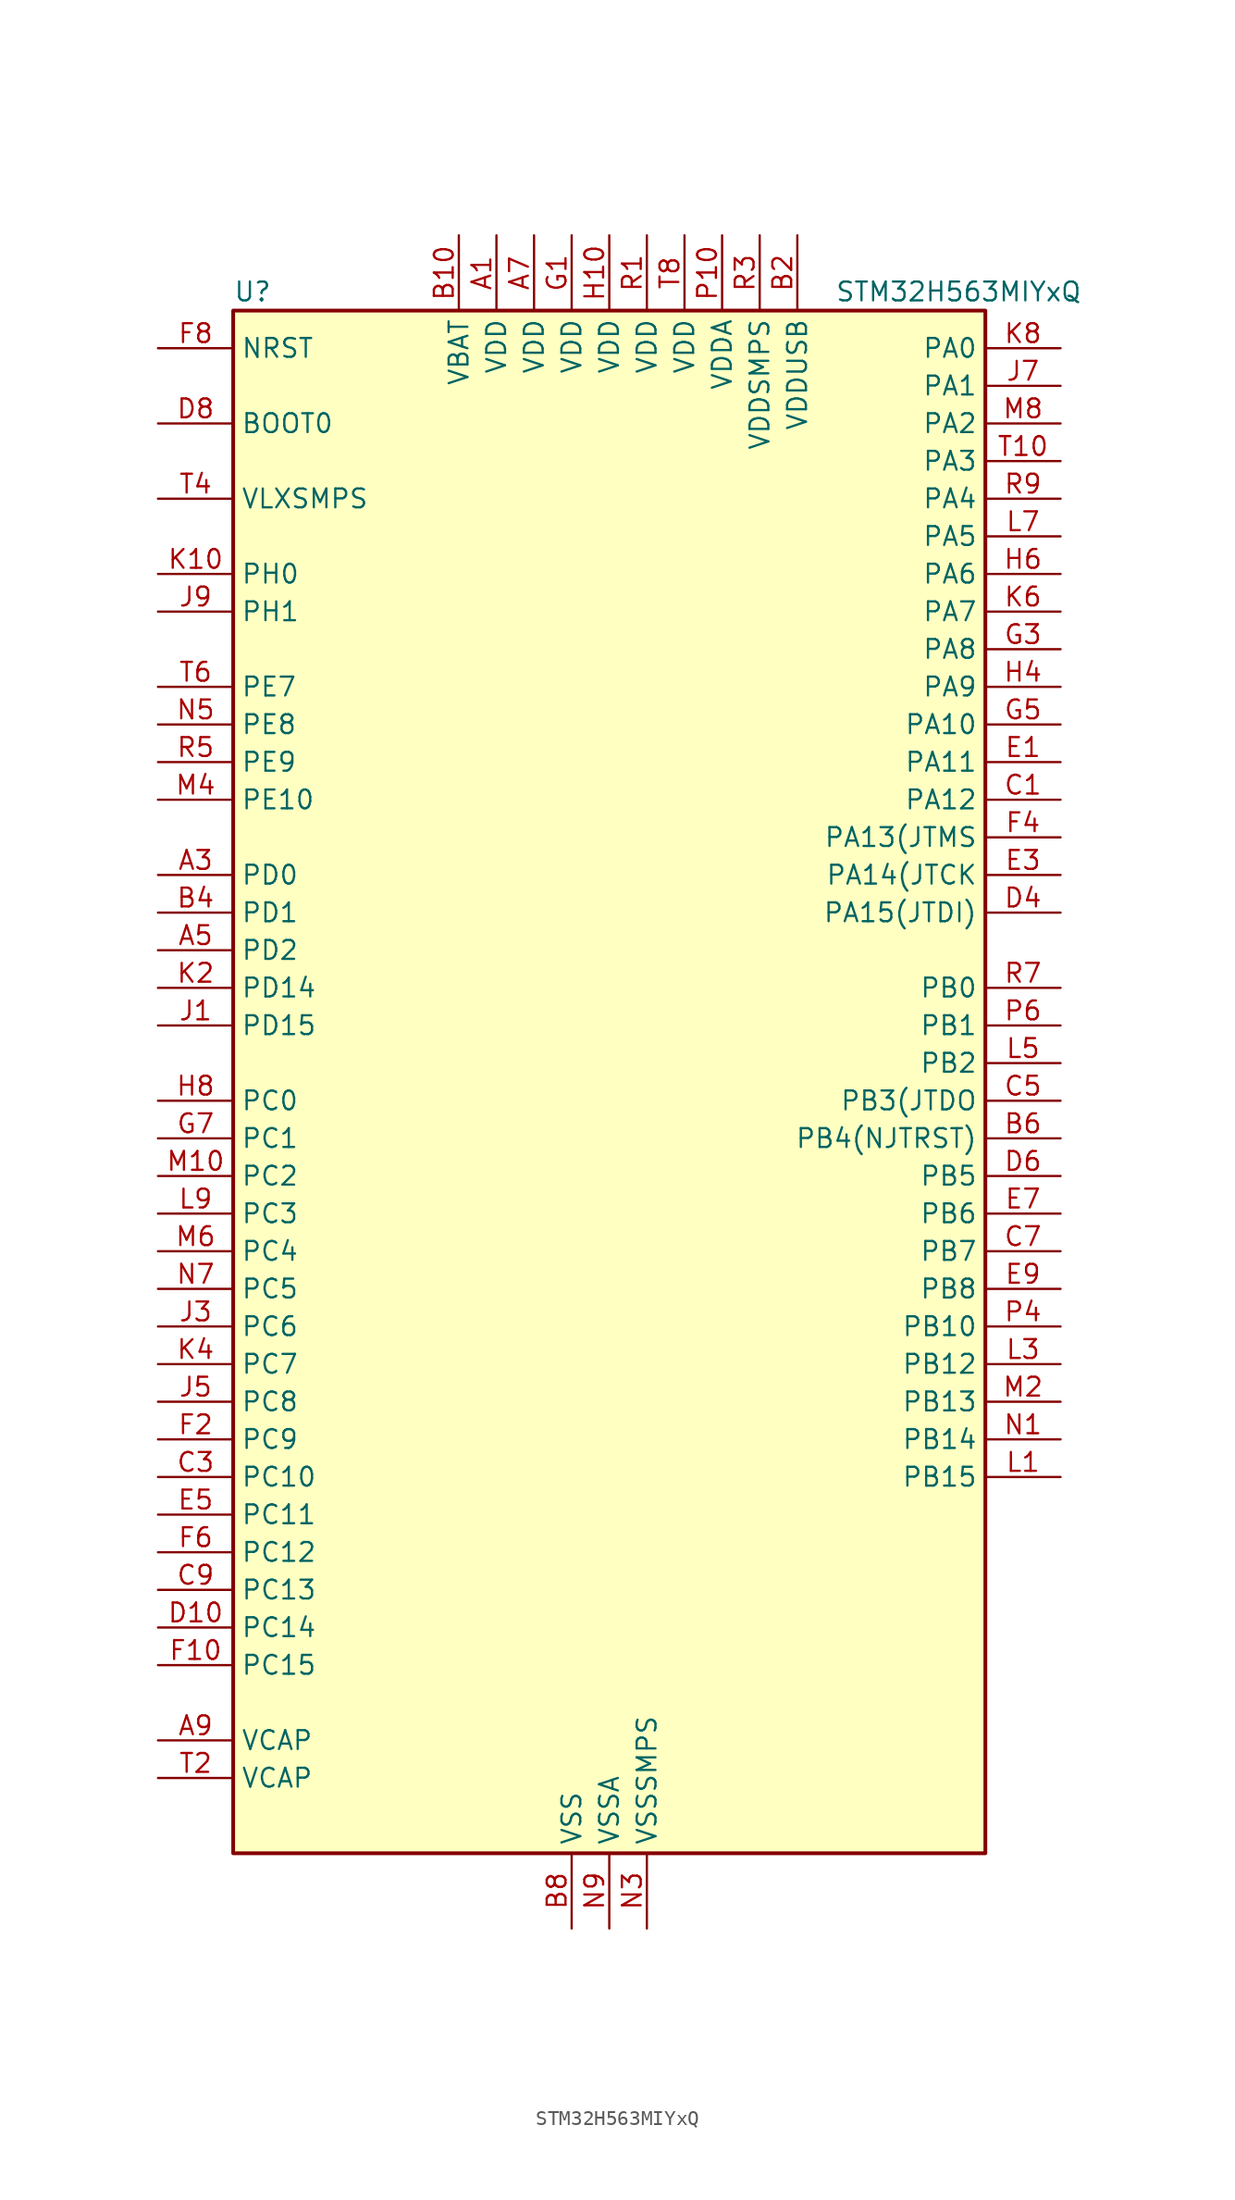
<source format=kicad_sym>
(kicad_symbol_lib
  (version 20231120)
  (generator "kicad_symbol_editor")
  (generator_version "8.0")
  (symbol "STM32H563MIYxQ"
    (property "Reference" "U"
      (at -25.4 54.61 0)
      (effects (font (size 1.27 1.27)) (justify left)))
    (property "Value" "STM32H563MIYxQ"
      (at 15.24 54.61 0)
      (effects (font (size 1.27 1.27)) (justify left)))
    (property "ki_locked" ""
      (at 0 0 0)
      (effects (font (size 1.27 1.27))))
    (symbol "STM32H563MIYxQ_0_1"
      (rectangle (start -25.4 -50.8) (end 25.4 53.34) (stroke (width 0.254) (type default)) (fill (type background))))
    (symbol "STM32H563MIYxQ_1_1"
      (pin power_in line (at -7.62 58.42 270) (length 5.08) (name "VDD" (effects (font (size 1.27 1.27)))) (number "A1" (effects (font (size 1.27 1.27)))))
      (pin bidirectional line (at -30.48 15.24 0) (length 5.08) (name "PD0" (effects (font (size 1.27 1.27)))) (number "A3" (effects (font (size 1.27 1.27)))) (alternate "FDCAN1_RX" bidirectional line) (alternate "FMC_D2" bidirectional line) (alternate "FMC_DA2" bidirectional line) (alternate "TIM8_CH4N" bidirectional line) (alternate "UART4_RX" bidirectional line) (alternate "UART9_CTS" bidirectional line))
      (pin bidirectional line (at -30.48 10.16 0) (length 5.08) (name "PD2" (effects (font (size 1.27 1.27)))) (number "A5" (effects (font (size 1.27 1.27)))) (alternate "DCMI_D11" bidirectional line) (alternate "DEBUG_TRACED2" bidirectional line) (alternate "LPTIM4_ETR" bidirectional line) (alternate "PSSI_D11" bidirectional line) (alternate "PWR_WKUP7" bidirectional line) (alternate "SDMMC1_CMD" bidirectional line) (alternate "TIM15_BKIN" bidirectional line) (alternate "TIM3_ETR" bidirectional line) (alternate "UART5_RX" bidirectional line))
      (pin power_in line (at -5.08 58.42 270) (length 5.08) (name "VDD" (effects (font (size 1.27 1.27)))) (number "A7" (effects (font (size 1.27 1.27)))))
      (pin power_out line (at -30.48 -43.18 0) (length 5.08) (name "VCAP" (effects (font (size 1.27 1.27)))) (number "A9" (effects (font (size 1.27 1.27)))))
      (pin power_in line (at -10.16 58.42 270) (length 5.08) (name "VBAT" (effects (font (size 1.27 1.27)))) (number "B10" (effects (font (size 1.27 1.27)))))
      (pin power_in line (at 12.7 58.42 270) (length 5.08) (name "VDDUSB" (effects (font (size 1.27 1.27)))) (number "B2" (effects (font (size 1.27 1.27)))))
      (pin bidirectional line (at -30.48 12.7 0) (length 5.08) (name "PD1" (effects (font (size 1.27 1.27)))) (number "B4" (effects (font (size 1.27 1.27)))) (alternate "FDCAN1_TX" bidirectional line) (alternate "FMC_D3" bidirectional line) (alternate "FMC_DA3" bidirectional line) (alternate "UART4_TX" bidirectional line))
      (pin bidirectional line (at 30.48 -2.54 180) (length 5.08) (name "PB4(NJTRST)" (effects (font (size 1.27 1.27)))) (number "B6" (effects (font (size 1.27 1.27)))) (alternate "DCMI_D7" bidirectional line) (alternate "DEBUG_JTRST" bidirectional line) (alternate "I2S1_SDI" bidirectional line) (alternate "I2S2_WS" bidirectional line) (alternate "I2S3_SDI" bidirectional line) (alternate "LPTIM1_CH2" bidirectional line) (alternate "OCTOSPI1_CLK" bidirectional line) (alternate "PSSI_D7" bidirectional line) (alternate "SPI1_MISO" bidirectional line) (alternate "SPI2_NSS" bidirectional line) (alternate "SPI3_MISO" bidirectional line) (alternate "SPI6_MISO" bidirectional line) (alternate "TIM16_BKIN" bidirectional line) (alternate "TIM3_CH1" bidirectional line) (alternate "UART7_TX" bidirectional line))
      (pin power_in line (at -2.54 -55.88 90) (length 5.08) (name "VSS" (effects (font (size 1.27 1.27)))) (number "B8" (effects (font (size 1.27 1.27)))))
      (pin bidirectional line (at 30.48 20.32 180) (length 5.08) (name "PA12" (effects (font (size 1.27 1.27)))) (number "C1" (effects (font (size 1.27 1.27)))) (alternate "FDCAN1_TX" bidirectional line) (alternate "I2S2_CK" bidirectional line) (alternate "LPUART1_RTS" bidirectional line) (alternate "SAI2_FS_B" bidirectional line) (alternate "SPI2_SCK" bidirectional line) (alternate "TIM1_ETR" bidirectional line) (alternate "UART4_TX" bidirectional line) (alternate "USART1_RTS" bidirectional line) (alternate "USB_DP" bidirectional line))
      (pin bidirectional line (at -30.48 -25.4 0) (length 5.08) (name "PC10" (effects (font (size 1.27 1.27)))) (number "C3" (effects (font (size 1.27 1.27)))) (alternate "DCMI_D8" bidirectional line) (alternate "ETH_TXD0" bidirectional line) (alternate "I2S3_CK" bidirectional line) (alternate "LPTIM3_ETR" bidirectional line) (alternate "OCTOSPI1_IO1" bidirectional line) (alternate "PSSI_D8" bidirectional line) (alternate "SDMMC1_D2" bidirectional line) (alternate "SPI3_SCK" bidirectional line) (alternate "UART4_TX" bidirectional line) (alternate "USART3_TX" bidirectional line))
      (pin bidirectional line (at 30.48 0 180) (length 5.08) (name "PB3(JTDO" (effects (font (size 1.27 1.27)))) (number "C5" (effects (font (size 1.27 1.27)))) (alternate "CRS_SYNC" bidirectional line) (alternate "DEBUG_JTDO-SWO" bidirectional line) (alternate "I2C2_SDA" bidirectional line) (alternate "I2S1_CK" bidirectional line) (alternate "I2S3_CK" bidirectional line) (alternate "LPTIM6_ETR" bidirectional line) (alternate "SPI1_SCK" bidirectional line) (alternate "SPI3_SCK" bidirectional line) (alternate "SPI6_SCK" bidirectional line) (alternate "TIM2_CH2" bidirectional line) (alternate "UART12_CTS" bidirectional line) (alternate "UART7_RX" bidirectional line))
      (pin bidirectional line (at 30.48 -10.16 180) (length 5.08) (name "PB7" (effects (font (size 1.27 1.27)))) (number "C7" (effects (font (size 1.27 1.27)))) (alternate "DCMI_VSYNC" bidirectional line) (alternate "FDCAN1_TX" bidirectional line) (alternate "FMC_NL" bidirectional line) (alternate "I2C1_SDA" bidirectional line) (alternate "I2C4_SDA" bidirectional line) (alternate "I3C1_SDA" bidirectional line) (alternate "LPUART1_RX" bidirectional line) (alternate "PSSI_RDY" bidirectional line) (alternate "PWR_WKUP5" bidirectional line) (alternate "TIM17_CH1N" bidirectional line) (alternate "TIM4_CH2" bidirectional line) (alternate "USART1_RX" bidirectional line))
      (pin bidirectional line (at -30.48 -33.02 0) (length 5.08) (name "PC13" (effects (font (size 1.27 1.27)))) (number "C9" (effects (font (size 1.27 1.27)))) (alternate "PWR_WKUP4" bidirectional line) (alternate "RTC_OUT1" bidirectional line) (alternate "RTC_TS" bidirectional line) (alternate "TAMP_IN1" bidirectional line) (alternate "TAMP_OUT2" bidirectional line) (alternate "TAMP_OUT3" bidirectional line))
      (pin bidirectional line (at -30.48 -35.56 0) (length 5.08) (name "PC14" (effects (font (size 1.27 1.27)))) (number "D10" (effects (font (size 1.27 1.27)))) (alternate "RCC_OSC32_IN" bidirectional line))
      (pin passive line (at -2.54 -55.88 90) (length 5.08) hide (name "VSS" (effects (font (size 1.27 1.27)))) (number "D2" (effects (font (size 1.27 1.27)))))
      (pin bidirectional line (at 30.48 12.7 180) (length 5.08) (name "PA15(JTDI)" (effects (font (size 1.27 1.27)))) (number "D4" (effects (font (size 1.27 1.27)))) (alternate "ADC1_EXTI15" bidirectional line) (alternate "ADC2_EXTI15" bidirectional line) (alternate "CEC" bidirectional line) (alternate "DCMI_D11" bidirectional line) (alternate "DEBUG_JTDI" bidirectional line) (alternate "FMC_NBL1" bidirectional line) (alternate "I2S1_WS" bidirectional line) (alternate "I2S3_WS" bidirectional line) (alternate "LPTIM3_IN2" bidirectional line) (alternate "PSSI_D11" bidirectional line) (alternate "SPI1_NSS" bidirectional line) (alternate "SPI3_NSS" bidirectional line) (alternate "SPI6_NSS" bidirectional line) (alternate "TIM2_CH1" bidirectional line) (alternate "TIM2_ETR" bidirectional line) (alternate "UART4_DE" bidirectional line) (alternate "UART4_RTS" bidirectional line) (alternate "UART7_TX" bidirectional line))
      (pin bidirectional line (at 30.48 -5.08 180) (length 5.08) (name "PB5" (effects (font (size 1.27 1.27)))) (number "D6" (effects (font (size 1.27 1.27)))) (alternate "DCMI_D10" bidirectional line) (alternate "ETH_PPS_OUT" bidirectional line) (alternate "FDCAN2_RX" bidirectional line) (alternate "FMC_SDCKE1" bidirectional line) (alternate "I2C1_SMBA" bidirectional line) (alternate "I2C4_SMBA" bidirectional line) (alternate "I2S1_SDO" bidirectional line) (alternate "I2S3_SDO" bidirectional line) (alternate "OCTOSPI1_NCLK" bidirectional line) (alternate "PSSI_D10" bidirectional line) (alternate "SPI1_MOSI" bidirectional line) (alternate "SPI3_MOSI" bidirectional line) (alternate "SPI6_MOSI" bidirectional line) (alternate "TIM17_BKIN" bidirectional line) (alternate "TIM3_CH2" bidirectional line) (alternate "UART5_RX" bidirectional line))
      (pin input line (at -30.48 45.72 0) (length 5.08) (name "BOOT0" (effects (font (size 1.27 1.27)))) (number "D8" (effects (font (size 1.27 1.27)))))
      (pin bidirectional line (at 30.48 22.86 180) (length 5.08) (name "PA11" (effects (font (size 1.27 1.27)))) (number "E1" (effects (font (size 1.27 1.27)))) (alternate "ADC1_EXTI11" bidirectional line) (alternate "ADC2_EXTI11" bidirectional line) (alternate "FDCAN1_RX" bidirectional line) (alternate "I2S2_WS" bidirectional line) (alternate "LPUART1_CTS" bidirectional line) (alternate "SPI2_NSS" bidirectional line) (alternate "TIM1_CH4" bidirectional line) (alternate "UART4_RX" bidirectional line) (alternate "USART1_CTS" bidirectional line) (alternate "USART1_NSS" bidirectional line) (alternate "USB_DM" bidirectional line))
      (pin bidirectional line (at 30.48 15.24 180) (length 5.08) (name "PA14(JTCK" (effects (font (size 1.27 1.27)))) (number "E3" (effects (font (size 1.27 1.27)))) (alternate "DEBUG_JTCK-SWCLK" bidirectional line))
      (pin bidirectional line (at -30.48 -27.94 0) (length 5.08) (name "PC11" (effects (font (size 1.27 1.27)))) (number "E5" (effects (font (size 1.27 1.27)))) (alternate "ADC1_EXTI11" bidirectional line) (alternate "ADC2_EXTI11" bidirectional line) (alternate "DCMI_D4" bidirectional line) (alternate "I2S3_SDI" bidirectional line) (alternate "LPTIM3_IN1" bidirectional line) (alternate "OCTOSPI1_NCS" bidirectional line) (alternate "PSSI_D4" bidirectional line) (alternate "SDMMC1_D3" bidirectional line) (alternate "SPI3_MISO" bidirectional line) (alternate "UART4_RX" bidirectional line) (alternate "USART3_RX" bidirectional line))
      (pin bidirectional line (at 30.48 -7.62 180) (length 5.08) (name "PB6" (effects (font (size 1.27 1.27)))) (number "E7" (effects (font (size 1.27 1.27)))) (alternate "CEC" bidirectional line) (alternate "DCMI_D5" bidirectional line) (alternate "FDCAN2_TX" bidirectional line) (alternate "FMC_SDNE1" bidirectional line) (alternate "I2C1_SCL" bidirectional line) (alternate "I2C4_SCL" bidirectional line) (alternate "I3C1_SCL" bidirectional line) (alternate "LPUART1_TX" bidirectional line) (alternate "OCTOSPI1_NCS" bidirectional line) (alternate "PSSI_D5" bidirectional line) (alternate "TIM16_CH1N" bidirectional line) (alternate "TIM4_CH1" bidirectional line) (alternate "UART5_TX" bidirectional line) (alternate "USART1_TX" bidirectional line))
      (pin bidirectional line (at 30.48 -12.7 180) (length 5.08) (name "PB8" (effects (font (size 1.27 1.27)))) (number "E9" (effects (font (size 1.27 1.27)))) (alternate "DCMI_D6" bidirectional line) (alternate "ETH_TXD3" bidirectional line) (alternate "FDCAN1_RX" bidirectional line) (alternate "I2C1_SCL" bidirectional line) (alternate "I2C4_SCL" bidirectional line) (alternate "I3C1_SCL" bidirectional line) (alternate "PSSI_D6" bidirectional line) (alternate "SDMMC1_CKIN" bidirectional line) (alternate "SDMMC1_D4" bidirectional line) (alternate "TIM16_CH1" bidirectional line) (alternate "TIM4_CH3" bidirectional line) (alternate "UART4_RX" bidirectional line))
      (pin bidirectional line (at -30.48 -38.1 0) (length 5.08) (name "PC15" (effects (font (size 1.27 1.27)))) (number "F10" (effects (font (size 1.27 1.27)))) (alternate "ADC1_EXTI15" bidirectional line) (alternate "ADC2_EXTI15" bidirectional line) (alternate "RCC_OSC32_OUT" bidirectional line))
      (pin bidirectional line (at -30.48 -22.86 0) (length 5.08) (name "PC9" (effects (font (size 1.27 1.27)))) (number "F2" (effects (font (size 1.27 1.27)))) (alternate "AUDIOCLK" bidirectional line) (alternate "DAC1_EXTI9" bidirectional line) (alternate "DCMI_D3" bidirectional line) (alternate "FMC_CLE" bidirectional line) (alternate "I2C3_SDA" bidirectional line) (alternate "OCTOSPI1_IO0" bidirectional line) (alternate "PSSI_D3" bidirectional line) (alternate "RCC_MCO_2" bidirectional line) (alternate "SDMMC1_D1" bidirectional line) (alternate "TIM3_CH4" bidirectional line) (alternate "TIM8_CH4" bidirectional line) (alternate "UART5_CTS" bidirectional line) (alternate "UCPD1_DB2" bidirectional line))
      (pin bidirectional line (at 30.48 17.78 180) (length 5.08) (name "PA13(JTMS" (effects (font (size 1.27 1.27)))) (number "F4" (effects (font (size 1.27 1.27)))) (alternate "DEBUG_JTMS-SWDIO" bidirectional line))
      (pin bidirectional line (at -30.48 -30.48 0) (length 5.08) (name "PC12" (effects (font (size 1.27 1.27)))) (number "F6" (effects (font (size 1.27 1.27)))) (alternate "DCMI_D9" bidirectional line) (alternate "DEBUG_TRACED3" bidirectional line) (alternate "I2S3_SDO" bidirectional line) (alternate "PSSI_D9" bidirectional line) (alternate "SDMMC1_CK" bidirectional line) (alternate "SPI3_MOSI" bidirectional line) (alternate "SPI6_SCK" bidirectional line) (alternate "TIM15_CH1" bidirectional line) (alternate "UART5_TX" bidirectional line) (alternate "USART3_CK" bidirectional line))
      (pin input line (at -30.48 50.8 0) (length 5.08) (name "NRST" (effects (font (size 1.27 1.27)))) (number "F8" (effects (font (size 1.27 1.27)))))
      (pin power_in line (at -2.54 58.42 270) (length 5.08) (name "VDD" (effects (font (size 1.27 1.27)))) (number "G1" (effects (font (size 1.27 1.27)))))
      (pin bidirectional line (at 30.48 30.48 180) (length 5.08) (name "PA8" (effects (font (size 1.27 1.27)))) (number "G3" (effects (font (size 1.27 1.27)))) (alternate "DCMI_D3" bidirectional line) (alternate "FMC_NOE" bidirectional line) (alternate "I2C3_SCL" bidirectional line) (alternate "PSSI_D3" bidirectional line) (alternate "RCC_MCO_1" bidirectional line) (alternate "SPI1_RDY" bidirectional line) (alternate "TIM1_CH1" bidirectional line) (alternate "TIM8_BKIN2" bidirectional line) (alternate "UART7_RX" bidirectional line) (alternate "USART1_CK" bidirectional line) (alternate "USB_SOF" bidirectional line))
      (pin bidirectional line (at 30.48 25.4 180) (length 5.08) (name "PA10" (effects (font (size 1.27 1.27)))) (number "G5" (effects (font (size 1.27 1.27)))) (alternate "DCMI_D1" bidirectional line) (alternate "FDCAN2_TX" bidirectional line) (alternate "LPTIM2_IN2" bidirectional line) (alternate "LPUART1_RX" bidirectional line) (alternate "PSSI_D1" bidirectional line) (alternate "SDMMC1_D0" bidirectional line) (alternate "TIM1_CH3" bidirectional line) (alternate "UCPD1_FRSTX" bidirectional line) (alternate "USART1_RX" bidirectional line))
      (pin bidirectional line (at -30.48 -2.54 0) (length 5.08) (name "PC1" (effects (font (size 1.27 1.27)))) (number "G7" (effects (font (size 1.27 1.27)))) (alternate "ADC1_INN10" bidirectional line) (alternate "ADC1_INP11" bidirectional line) (alternate "ADC2_INN10" bidirectional line) (alternate "ADC2_INP11" bidirectional line) (alternate "DEBUG_TRACED0" bidirectional line) (alternate "ETH_MDC" bidirectional line) (alternate "I2S2_SDO" bidirectional line) (alternate "OCTOSPI1_IO4" bidirectional line) (alternate "PWR_WKUP6" bidirectional line) (alternate "SAI1_D1" bidirectional line) (alternate "SAI1_SD_A" bidirectional line) (alternate "SAI2_SD_A" bidirectional line) (alternate "SPI2_MOSI" bidirectional line) (alternate "TAMP_IN3" bidirectional line) (alternate "TAMP_OUT5" bidirectional line) (alternate "USART11_RTS" bidirectional line))
      (pin passive line (at -2.54 -55.88 90) (length 5.08) hide (name "VSS" (effects (font (size 1.27 1.27)))) (number "G9" (effects (font (size 1.27 1.27)))))
      (pin power_in line (at 0 58.42 270) (length 5.08) (name "VDD" (effects (font (size 1.27 1.27)))) (number "H10" (effects (font (size 1.27 1.27)))))
      (pin passive line (at -2.54 -55.88 90) (length 5.08) hide (name "VSS" (effects (font (size 1.27 1.27)))) (number "H2" (effects (font (size 1.27 1.27)))))
      (pin bidirectional line (at 30.48 27.94 180) (length 5.08) (name "PA9" (effects (font (size 1.27 1.27)))) (number "H4" (effects (font (size 1.27 1.27)))) (alternate "DAC1_EXTI9" bidirectional line) (alternate "DCMI_D0" bidirectional line) (alternate "ETH_TX_ER" bidirectional line) (alternate "FMC_NWE" bidirectional line) (alternate "I2C3_SMBA" bidirectional line) (alternate "I2S2_CK" bidirectional line) (alternate "LPUART1_TX" bidirectional line) (alternate "PSSI_D0" bidirectional line) (alternate "SPI2_SCK" bidirectional line) (alternate "TIM1_CH2" bidirectional line) (alternate "UCPD1_DB1" bidirectional line) (alternate "USART1_TX" bidirectional line))
      (pin bidirectional line (at 30.48 35.56 180) (length 5.08) (name "PA6" (effects (font (size 1.27 1.27)))) (number "H6" (effects (font (size 1.27 1.27)))) (alternate "ADC1_INP3" bidirectional line) (alternate "ADC2_INP3" bidirectional line) (alternate "DCMI_PIXCLK" bidirectional line) (alternate "I2S1_SDI" bidirectional line) (alternate "OCTOSPI1_IO3" bidirectional line) (alternate "PSSI_PDCK" bidirectional line) (alternate "SPI1_MISO" bidirectional line) (alternate "SPI6_MISO" bidirectional line) (alternate "TIM13_CH1" bidirectional line) (alternate "TIM1_BKIN" bidirectional line) (alternate "TIM3_CH1" bidirectional line) (alternate "TIM8_BKIN" bidirectional line) (alternate "USART11_TX" bidirectional line))
      (pin bidirectional line (at -30.48 0 0) (length 5.08) (name "PC0" (effects (font (size 1.27 1.27)))) (number "H8" (effects (font (size 1.27 1.27)))) (alternate "ADC1_INP10" bidirectional line) (alternate "ADC2_INP10" bidirectional line) (alternate "FMC_A25" bidirectional line) (alternate "FMC_SDNWE" bidirectional line) (alternate "OCTOSPI1_IO7" bidirectional line) (alternate "SAI1_MCLK_A" bidirectional line) (alternate "SAI2_FS_B" bidirectional line) (alternate "SPI2_RDY" bidirectional line) (alternate "TIM16_BKIN" bidirectional line))
      (pin bidirectional line (at -30.48 5.08 0) (length 5.08) (name "PD15" (effects (font (size 1.27 1.27)))) (number "J1" (effects (font (size 1.27 1.27)))) (alternate "ADC1_EXTI15" bidirectional line) (alternate "ADC2_EXTI15" bidirectional line) (alternate "FMC_D1" bidirectional line) (alternate "FMC_DA1" bidirectional line) (alternate "TIM4_CH4" bidirectional line) (alternate "UART9_TX" bidirectional line))
      (pin bidirectional line (at -30.48 -15.24 0) (length 5.08) (name "PC6" (effects (font (size 1.27 1.27)))) (number "J3" (effects (font (size 1.27 1.27)))) (alternate "DCMI_D0" bidirectional line) (alternate "FMC_NWAIT" bidirectional line) (alternate "I2S2_MCK" bidirectional line) (alternate "OCTOSPI1_IO5" bidirectional line) (alternate "PSSI_D0" bidirectional line) (alternate "SAI1_SCK_A" bidirectional line) (alternate "SDMMC1_D0DIR" bidirectional line) (alternate "SDMMC1_D6" bidirectional line) (alternate "TIM3_CH1" bidirectional line) (alternate "TIM8_CH1" bidirectional line) (alternate "USART6_TX" bidirectional line))
      (pin bidirectional line (at -30.48 -20.32 0) (length 5.08) (name "PC8" (effects (font (size 1.27 1.27)))) (number "J5" (effects (font (size 1.27 1.27)))) (alternate "DCMI_D2" bidirectional line) (alternate "DEBUG_TRACED1" bidirectional line) (alternate "FMC_ALE" bidirectional line) (alternate "FMC_INT" bidirectional line) (alternate "FMC_NCE" bidirectional line) (alternate "FMC_NE2" bidirectional line) (alternate "PSSI_D2" bidirectional line) (alternate "SDMMC1_D0" bidirectional line) (alternate "TIM3_CH3" bidirectional line) (alternate "TIM8_CH3" bidirectional line) (alternate "UART5_DE" bidirectional line) (alternate "UART5_RTS" bidirectional line) (alternate "USART6_CK" bidirectional line))
      (pin bidirectional line (at 30.48 48.26 180) (length 5.08) (name "PA1" (effects (font (size 1.27 1.27)))) (number "J7" (effects (font (size 1.27 1.27)))) (alternate "ADC1_INP1" bidirectional line) (alternate "ADC2_INP1" bidirectional line) (alternate "ETH_REF_CLK" bidirectional line) (alternate "ETH_RX_CLK" bidirectional line) (alternate "LPTIM1_IN1" bidirectional line) (alternate "OCTOSPI1_DQS" bidirectional line) (alternate "OCTOSPI1_IO3" bidirectional line) (alternate "SAI2_MCLK_B" bidirectional line) (alternate "TAMP_IN5" bidirectional line) (alternate "TAMP_OUT4" bidirectional line) (alternate "TIM15_CH1N" bidirectional line) (alternate "TIM2_CH2" bidirectional line) (alternate "TIM5_CH2" bidirectional line) (alternate "UART4_RX" bidirectional line) (alternate "USART2_RTS" bidirectional line))
      (pin bidirectional line (at -30.48 33.02 0) (length 5.08) (name "PH1" (effects (font (size 1.27 1.27)))) (number "J9" (effects (font (size 1.27 1.27)))) (alternate "RCC_OSC_OUT" bidirectional line))
      (pin bidirectional line (at -30.48 35.56 0) (length 5.08) (name "PH0" (effects (font (size 1.27 1.27)))) (number "K10" (effects (font (size 1.27 1.27)))) (alternate "RCC_OSC_IN" bidirectional line))
      (pin bidirectional line (at -30.48 7.62 0) (length 5.08) (name "PD14" (effects (font (size 1.27 1.27)))) (number "K2" (effects (font (size 1.27 1.27)))) (alternate "FMC_D0" bidirectional line) (alternate "FMC_DA0" bidirectional line) (alternate "TIM4_CH3" bidirectional line) (alternate "UART9_RX" bidirectional line))
      (pin bidirectional line (at -30.48 -17.78 0) (length 5.08) (name "PC7" (effects (font (size 1.27 1.27)))) (number "K4" (effects (font (size 1.27 1.27)))) (alternate "DCMI_D1" bidirectional line) (alternate "DEBUG_TRGIO" bidirectional line) (alternate "FMC_NE1" bidirectional line) (alternate "I2S3_MCK" bidirectional line) (alternate "OCTOSPI1_IO6" bidirectional line) (alternate "PSSI_D1" bidirectional line) (alternate "SDMMC1_D123DIR" bidirectional line) (alternate "SDMMC1_D7" bidirectional line) (alternate "TIM3_CH2" bidirectional line) (alternate "TIM8_CH2" bidirectional line) (alternate "USART6_RX" bidirectional line))
      (pin bidirectional line (at 30.48 33.02 180) (length 5.08) (name "PA7" (effects (font (size 1.27 1.27)))) (number "K6" (effects (font (size 1.27 1.27)))) (alternate "ADC1_INN3" bidirectional line) (alternate "ADC1_INP7" bidirectional line) (alternate "ADC2_INN3" bidirectional line) (alternate "ADC2_INP7" bidirectional line) (alternate "ETH_CRS_DV" bidirectional line) (alternate "ETH_RX_DV" bidirectional line) (alternate "FMC_NWE" bidirectional line) (alternate "FMC_SDNWE" bidirectional line) (alternate "I2S1_SDO" bidirectional line) (alternate "OCTOSPI1_IO2" bidirectional line) (alternate "SPI1_MOSI" bidirectional line) (alternate "SPI6_MOSI" bidirectional line) (alternate "TIM14_CH1" bidirectional line) (alternate "TIM1_CH1N" bidirectional line) (alternate "TIM3_CH2" bidirectional line) (alternate "TIM8_CH1N" bidirectional line) (alternate "USART11_RX" bidirectional line))
      (pin bidirectional line (at 30.48 50.8 180) (length 5.08) (name "PA0" (effects (font (size 1.27 1.27)))) (number "K8" (effects (font (size 1.27 1.27)))) (alternate "ADC1_INN1" bidirectional line) (alternate "ADC1_INP0" bidirectional line) (alternate "ADC2_INN1" bidirectional line) (alternate "ADC2_INP0" bidirectional line) (alternate "ETH_CRS" bidirectional line) (alternate "PWR_WKUP1" bidirectional line) (alternate "SAI2_SD_B" bidirectional line) (alternate "SPI3_RDY" bidirectional line) (alternate "SPI6_NSS" bidirectional line) (alternate "TAMP_IN2" bidirectional line) (alternate "TAMP_OUT1" bidirectional line) (alternate "TIM15_BKIN" bidirectional line) (alternate "TIM2_CH1" bidirectional line) (alternate "TIM2_ETR" bidirectional line) (alternate "TIM5_CH1" bidirectional line) (alternate "TIM8_ETR" bidirectional line) (alternate "UART4_TX" bidirectional line) (alternate "USART2_CTS" bidirectional line) (alternate "USART2_NSS" bidirectional line))
      (pin bidirectional line (at 30.48 -25.4 180) (length 5.08) (name "PB15" (effects (font (size 1.27 1.27)))) (number "L1" (effects (font (size 1.27 1.27)))) (alternate "ADC1_EXTI15" bidirectional line) (alternate "ADC2_EXTI15" bidirectional line) (alternate "DCMI_D2" bidirectional line) (alternate "ETH_TXD1" bidirectional line) (alternate "I2S2_SDO" bidirectional line) (alternate "OCTOSPI1_CLK" bidirectional line) (alternate "PSSI_D2" bidirectional line) (alternate "PWR_PVD_IN" bidirectional line) (alternate "RTC_REFIN" bidirectional line) (alternate "SPI2_MOSI" bidirectional line) (alternate "TIM12_CH2" bidirectional line) (alternate "TIM1_CH3N" bidirectional line) (alternate "TIM8_CH3N" bidirectional line) (alternate "UART4_CTS" bidirectional line) (alternate "UART5_RX" bidirectional line) (alternate "USART11_CTS" bidirectional line) (alternate "USART11_NSS" bidirectional line) (alternate "USART1_RX" bidirectional line))
      (pin bidirectional line (at 30.48 -17.78 180) (length 5.08) (name "PB12" (effects (font (size 1.27 1.27)))) (number "L3" (effects (font (size 1.27 1.27)))) (alternate "ETH_TXD0" bidirectional line) (alternate "FDCAN2_RX" bidirectional line) (alternate "I2C2_SDA" bidirectional line) (alternate "I2S2_WS" bidirectional line) (alternate "OCTOSPI1_NCLK" bidirectional line) (alternate "SPI2_NSS" bidirectional line) (alternate "TIM1_BKIN" bidirectional line) (alternate "UART5_RX" bidirectional line) (alternate "UCPD1_FRSTX" bidirectional line) (alternate "USART3_CK" bidirectional line))
      (pin bidirectional line (at 30.48 2.54 180) (length 5.08) (name "PB2" (effects (font (size 1.27 1.27)))) (number "L5" (effects (font (size 1.27 1.27)))) (alternate "I2S3_SDO" bidirectional line) (alternate "LPTIM1_CH1" bidirectional line) (alternate "LPTIM5_ETR" bidirectional line) (alternate "OCTOSPI1_CLK" bidirectional line) (alternate "OCTOSPI1_DQS" bidirectional line) (alternate "RCC_LSCO" bidirectional line) (alternate "RTC_OUT2" bidirectional line) (alternate "SAI1_D1" bidirectional line) (alternate "SAI1_SD_A" bidirectional line) (alternate "SDMMC1_CMD" bidirectional line) (alternate "SPI1_RDY" bidirectional line) (alternate "SPI3_MOSI" bidirectional line) (alternate "TIM8_CH4N" bidirectional line))
      (pin bidirectional line (at 30.48 38.1 180) (length 5.08) (name "PA5" (effects (font (size 1.27 1.27)))) (number "L7" (effects (font (size 1.27 1.27)))) (alternate "ADC1_INN18" bidirectional line) (alternate "ADC1_INP19" bidirectional line) (alternate "ADC2_INN18" bidirectional line) (alternate "ADC2_INP19" bidirectional line) (alternate "DAC1_OUT2" bidirectional line) (alternate "ETH_TX_EN" bidirectional line) (alternate "I2S1_CK" bidirectional line) (alternate "PSSI_D14" bidirectional line) (alternate "SPI1_SCK" bidirectional line) (alternate "SPI6_SCK" bidirectional line) (alternate "TIM2_CH1" bidirectional line) (alternate "TIM2_ETR" bidirectional line) (alternate "TIM8_CH1N" bidirectional line))
      (pin bidirectional line (at -30.48 -7.62 0) (length 5.08) (name "PC3" (effects (font (size 1.27 1.27)))) (number "L9" (effects (font (size 1.27 1.27)))) (alternate "ADC1_INN12" bidirectional line) (alternate "ADC1_INP13" bidirectional line) (alternate "ADC2_INN12" bidirectional line) (alternate "ADC2_INP13" bidirectional line) (alternate "ETH_TX_CLK" bidirectional line) (alternate "FMC_SDCKE0" bidirectional line) (alternate "I2S2_SDO" bidirectional line) (alternate "LPTIM3_CH1" bidirectional line) (alternate "OCTOSPI1_IO0" bidirectional line) (alternate "OCTOSPI1_IO6" bidirectional line) (alternate "PWR_CSTOP" bidirectional line) (alternate "SAI1_D3" bidirectional line) (alternate "SPI2_MOSI" bidirectional line))
      (pin bidirectional line (at -30.48 -5.08 0) (length 5.08) (name "PC2" (effects (font (size 1.27 1.27)))) (number "M10" (effects (font (size 1.27 1.27)))) (alternate "ADC1_INN11" bidirectional line) (alternate "ADC1_INP12" bidirectional line) (alternate "ADC2_INN11" bidirectional line) (alternate "ADC2_INP12" bidirectional line) (alternate "ETH_TXD2" bidirectional line) (alternate "FMC_SDNE0" bidirectional line) (alternate "I2S2_SDI" bidirectional line) (alternate "OCTOSPI1_IO2" bidirectional line) (alternate "OCTOSPI1_IO5" bidirectional line) (alternate "PWR_CSLEEP" bidirectional line) (alternate "SPI2_MISO" bidirectional line) (alternate "TIM17_CH1" bidirectional line) (alternate "TIM4_CH4" bidirectional line))
      (pin bidirectional line (at 30.48 -20.32 180) (length 5.08) (name "PB13" (effects (font (size 1.27 1.27)))) (number "M2" (effects (font (size 1.27 1.27)))) (alternate "FDCAN2_TX" bidirectional line) (alternate "I2C2_SMBA" bidirectional line) (alternate "I2S2_CK" bidirectional line) (alternate "LPTIM2_CH1" bidirectional line) (alternate "LPTIM3_IN1" bidirectional line) (alternate "SDMMC1_D0" bidirectional line) (alternate "SPI2_SCK" bidirectional line) (alternate "TIM1_CH1N" bidirectional line) (alternate "UART5_TX" bidirectional line) (alternate "UCPD1_CC1" bidirectional line) (alternate "USART3_CTS" bidirectional line) (alternate "USART3_NSS" bidirectional line))
      (pin bidirectional line (at -30.48 20.32 0) (length 5.08) (name "PE10" (effects (font (size 1.27 1.27)))) (number "M4" (effects (font (size 1.27 1.27)))) (alternate "FMC_D7" bidirectional line) (alternate "FMC_DA7" bidirectional line) (alternate "OCTOSPI1_IO7" bidirectional line) (alternate "TIM1_CH2N" bidirectional line) (alternate "UART12_TX" bidirectional line) (alternate "UART7_CTS" bidirectional line))
      (pin bidirectional line (at -30.48 -10.16 0) (length 5.08) (name "PC4" (effects (font (size 1.27 1.27)))) (number "M6" (effects (font (size 1.27 1.27)))) (alternate "ADC1_INP4" bidirectional line) (alternate "ADC2_INP4" bidirectional line) (alternate "ETH_RXD0" bidirectional line) (alternate "FMC_SDNE0" bidirectional line) (alternate "I2S1_MCK" bidirectional line) (alternate "LPTIM2_ETR" bidirectional line) (alternate "SAI1_CK1" bidirectional line) (alternate "TIM2_CH4" bidirectional line) (alternate "USART3_RX" bidirectional line))
      (pin bidirectional line (at 30.48 45.72 180) (length 5.08) (name "PA2" (effects (font (size 1.27 1.27)))) (number "M8" (effects (font (size 1.27 1.27)))) (alternate "ADC1_INP14" bidirectional line) (alternate "ADC2_INP14" bidirectional line) (alternate "ETH_MDIO" bidirectional line) (alternate "LPTIM1_IN2" bidirectional line) (alternate "PWR_WKUP2" bidirectional line) (alternate "SAI2_SCK_B" bidirectional line) (alternate "TAMP_IN4" bidirectional line) (alternate "TAMP_OUT3" bidirectional line) (alternate "TIM15_CH1" bidirectional line) (alternate "TIM2_CH3" bidirectional line) (alternate "TIM5_CH3" bidirectional line) (alternate "USART2_TX" bidirectional line))
      (pin bidirectional line (at 30.48 -22.86 180) (length 5.08) (name "PB14" (effects (font (size 1.27 1.27)))) (number "N1" (effects (font (size 1.27 1.27)))) (alternate "I2S2_SDI" bidirectional line) (alternate "LPTIM3_ETR" bidirectional line) (alternate "SPI2_MISO" bidirectional line) (alternate "TIM12_CH1" bidirectional line) (alternate "TIM1_CH2N" bidirectional line) (alternate "TIM8_CH2N" bidirectional line) (alternate "UART4_DE" bidirectional line) (alternate "UART4_RTS" bidirectional line) (alternate "UCPD1_CC2" bidirectional line) (alternate "USART1_TX" bidirectional line) (alternate "USART3_RTS" bidirectional line))
      (pin power_in line (at 2.54 -55.88 90) (length 5.08) (name "VSSSMPS" (effects (font (size 1.27 1.27)))) (number "N3" (effects (font (size 1.27 1.27)))))
      (pin bidirectional line (at -30.48 25.4 0) (length 5.08) (name "PE8" (effects (font (size 1.27 1.27)))) (number "N5" (effects (font (size 1.27 1.27)))) (alternate "FMC_D5" bidirectional line) (alternate "FMC_DA5" bidirectional line) (alternate "OCTOSPI1_IO5" bidirectional line) (alternate "TIM1_CH1N" bidirectional line) (alternate "UART12_CTS" bidirectional line) (alternate "UART7_TX" bidirectional line))
      (pin bidirectional line (at -30.48 -12.7 0) (length 5.08) (name "PC5" (effects (font (size 1.27 1.27)))) (number "N7" (effects (font (size 1.27 1.27)))) (alternate "ADC1_INN4" bidirectional line) (alternate "ADC1_INP8" bidirectional line) (alternate "ADC2_INN4" bidirectional line) (alternate "ADC2_INP8" bidirectional line) (alternate "ETH_RXD1" bidirectional line) (alternate "FMC_SDCKE0" bidirectional line) (alternate "OCTOSPI1_DQS" bidirectional line) (alternate "PSSI_D15" bidirectional line) (alternate "SAI1_D3" bidirectional line) (alternate "SAI1_FS_A" bidirectional line) (alternate "TIM1_CH4N" bidirectional line) (alternate "UART12_RTS" bidirectional line))
      (pin power_in line (at 0 -55.88 90) (length 5.08) (name "VSSA" (effects (font (size 1.27 1.27)))) (number "N9" (effects (font (size 1.27 1.27)))))
      (pin power_in line (at 7.62 58.42 270) (length 5.08) (name "VDDA" (effects (font (size 1.27 1.27)))) (number "P10" (effects (font (size 1.27 1.27)))))
      (pin passive line (at -2.54 -55.88 90) (length 5.08) hide (name "VSS" (effects (font (size 1.27 1.27)))) (number "P2" (effects (font (size 1.27 1.27)))))
      (pin bidirectional line (at 30.48 -15.24 180) (length 5.08) (name "PB10" (effects (font (size 1.27 1.27)))) (number "P4" (effects (font (size 1.27 1.27)))) (alternate "ETH_RX_ER" bidirectional line) (alternate "I2C2_SCL" bidirectional line) (alternate "I2S2_CK" bidirectional line) (alternate "LPTIM2_IN1" bidirectional line) (alternate "LPTIM3_CH1" bidirectional line) (alternate "OCTOSPI1_NCS" bidirectional line) (alternate "SPI2_SCK" bidirectional line) (alternate "TIM2_CH3" bidirectional line) (alternate "USART3_TX" bidirectional line))
      (pin bidirectional line (at 30.48 5.08 180) (length 5.08) (name "PB1" (effects (font (size 1.27 1.27)))) (number "P6" (effects (font (size 1.27 1.27)))) (alternate "ADC1_INP5" bidirectional line) (alternate "ADC2_INP5" bidirectional line) (alternate "ETH_RXD3" bidirectional line) (alternate "LPTIM3_CH2" bidirectional line) (alternate "OCTOSPI1_IO0" bidirectional line) (alternate "TIM1_CH3N" bidirectional line) (alternate "TIM3_CH4" bidirectional line) (alternate "TIM8_CH3N" bidirectional line))
      (pin passive line (at -2.54 -55.88 90) (length 5.08) hide (name "VSS" (effects (font (size 1.27 1.27)))) (number "P8" (effects (font (size 1.27 1.27)))))
      (pin power_in line (at 2.54 58.42 270) (length 5.08) (name "VDD" (effects (font (size 1.27 1.27)))) (number "R1" (effects (font (size 1.27 1.27)))))
      (pin power_in line (at 10.16 58.42 270) (length 5.08) (name "VDDSMPS" (effects (font (size 1.27 1.27)))) (number "R3" (effects (font (size 1.27 1.27)))))
      (pin bidirectional line (at -30.48 22.86 0) (length 5.08) (name "PE9" (effects (font (size 1.27 1.27)))) (number "R5" (effects (font (size 1.27 1.27)))) (alternate "DAC1_EXTI9" bidirectional line) (alternate "FMC_D6" bidirectional line) (alternate "FMC_DA6" bidirectional line) (alternate "OCTOSPI1_IO6" bidirectional line) (alternate "TIM1_CH1" bidirectional line) (alternate "UART12_RX" bidirectional line) (alternate "UART7_RTS" bidirectional line))
      (pin bidirectional line (at 30.48 7.62 180) (length 5.08) (name "PB0" (effects (font (size 1.27 1.27)))) (number "R7" (effects (font (size 1.27 1.27)))) (alternate "ADC1_INN5" bidirectional line) (alternate "ADC1_INP9" bidirectional line) (alternate "ADC2_INN5" bidirectional line) (alternate "ADC2_INP9" bidirectional line) (alternate "ETH_RXD2" bidirectional line) (alternate "LPTIM3_CH1" bidirectional line) (alternate "OCTOSPI1_IO1" bidirectional line) (alternate "TIM1_CH2N" bidirectional line) (alternate "TIM3_CH3" bidirectional line) (alternate "TIM8_CH2N" bidirectional line) (alternate "UART4_CTS" bidirectional line) (alternate "USART11_CK" bidirectional line))
      (pin bidirectional line (at 30.48 40.64 180) (length 5.08) (name "PA4" (effects (font (size 1.27 1.27)))) (number "R9" (effects (font (size 1.27 1.27)))) (alternate "ADC1_INP18" bidirectional line) (alternate "ADC2_INP18" bidirectional line) (alternate "DAC1_OUT1" bidirectional line) (alternate "DCMI_HSYNC" bidirectional line) (alternate "I2S1_WS" bidirectional line) (alternate "I2S3_WS" bidirectional line) (alternate "LPTIM2_CH1" bidirectional line) (alternate "PSSI_DE" bidirectional line) (alternate "SPI1_NSS" bidirectional line) (alternate "SPI3_NSS" bidirectional line) (alternate "SPI6_NSS" bidirectional line) (alternate "TIM5_ETR" bidirectional line) (alternate "USART2_CK" bidirectional line))
      (pin bidirectional line (at 30.48 43.18 180) (length 5.08) (name "PA3" (effects (font (size 1.27 1.27)))) (number "T10" (effects (font (size 1.27 1.27)))) (alternate "ADC1_INP15" bidirectional line) (alternate "ADC2_INP15" bidirectional line) (alternate "ETH_COL" bidirectional line) (alternate "I2S2_WS" bidirectional line) (alternate "OCTOSPI1_CLK" bidirectional line) (alternate "SAI1_SD_B" bidirectional line) (alternate "SPI2_NSS" bidirectional line) (alternate "TIM15_CH2" bidirectional line) (alternate "TIM2_CH4" bidirectional line) (alternate "TIM5_CH4" bidirectional line) (alternate "USART2_RX" bidirectional line))
      (pin power_out line (at -30.48 -45.72 0) (length 5.08) (name "VCAP" (effects (font (size 1.27 1.27)))) (number "T2" (effects (font (size 1.27 1.27)))))
      (pin power_in line (at -30.48 40.64 0) (length 5.08) (name "VLXSMPS" (effects (font (size 1.27 1.27)))) (number "T4" (effects (font (size 1.27 1.27)))))
      (pin bidirectional line (at -30.48 27.94 0) (length 5.08) (name "PE7" (effects (font (size 1.27 1.27)))) (number "T6" (effects (font (size 1.27 1.27)))) (alternate "FMC_D4" bidirectional line) (alternate "FMC_DA4" bidirectional line) (alternate "OCTOSPI1_IO4" bidirectional line) (alternate "TIM1_ETR" bidirectional line) (alternate "UART12_RTS" bidirectional line) (alternate "UART7_RX" bidirectional line))
      (pin power_in line (at 5.08 58.42 270) (length 5.08) (name "VDD" (effects (font (size 1.27 1.27)))) (number "T8" (effects (font (size 1.27 1.27))))))))
</source>
